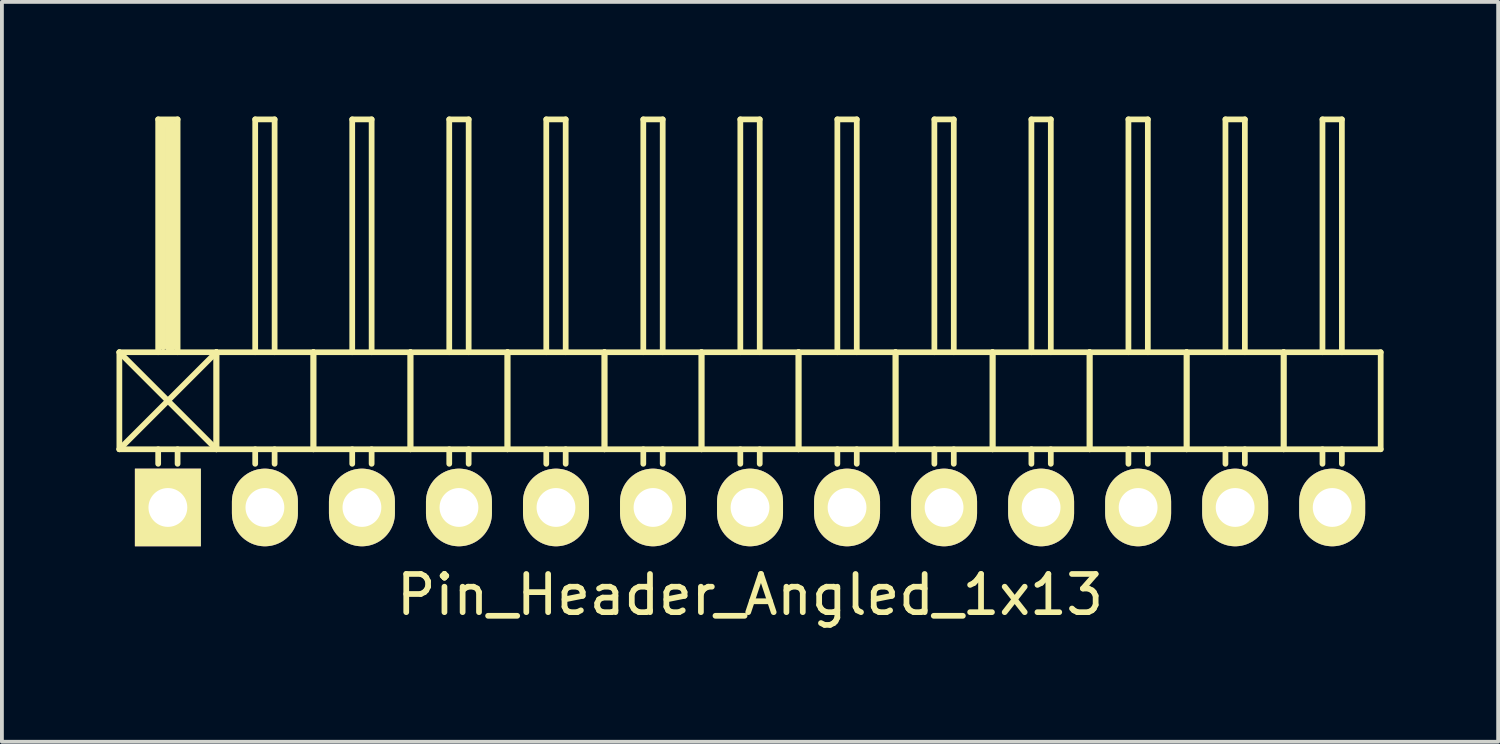
<source format=kicad_pcb>
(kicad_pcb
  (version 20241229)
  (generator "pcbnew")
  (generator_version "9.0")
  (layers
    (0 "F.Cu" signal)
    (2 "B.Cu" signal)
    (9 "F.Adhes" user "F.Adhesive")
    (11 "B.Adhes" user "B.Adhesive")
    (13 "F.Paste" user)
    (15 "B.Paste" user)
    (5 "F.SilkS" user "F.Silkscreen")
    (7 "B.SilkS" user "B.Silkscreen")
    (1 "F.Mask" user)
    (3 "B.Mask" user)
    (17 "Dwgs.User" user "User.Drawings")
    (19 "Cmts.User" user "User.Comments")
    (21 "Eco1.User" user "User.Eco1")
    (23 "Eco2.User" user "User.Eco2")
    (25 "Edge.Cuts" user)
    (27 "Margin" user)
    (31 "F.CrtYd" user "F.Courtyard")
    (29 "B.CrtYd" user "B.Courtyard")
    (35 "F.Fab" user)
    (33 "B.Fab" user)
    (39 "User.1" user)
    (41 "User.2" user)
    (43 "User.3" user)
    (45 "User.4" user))
  (footprint "Pin_Header_Angled_1x13"
    (layer "F.Cu")
    (at 16.585 10.235)
    (property "Reference" "Pin_Header_Angled_1x13" (at 0 2.286 0) (layer "F.SilkS") (effects (font (size 1 1) (thickness 0.15))))
    (attr through_hole)
    (fp_line (start -16.51 -4.064) (end -13.97 -1.524) (stroke (width 0.15) (type solid)) (layer "F.SilkS"))
    (fp_line (start -16.51 -1.524) (end -16.51 -4.064) (stroke (width 0.15) (type solid)) (layer "F.SilkS"))
    (fp_line (start -16.51 -1.524) (end -13.97 -1.524) (stroke (width 0.15) (type solid)) (layer "F.SilkS"))
    (fp_line (start -15.494 -10.16) (end -14.986 -10.16) (stroke (width 0.15) (type solid)) (layer "F.SilkS"))
    (fp_line (start -15.494 -4.064) (end -15.494 -10.16) (stroke (width 0.15) (type solid)) (layer "F.SilkS"))
    (fp_line (start -15.494 -1.524) (end -15.494 -1.143) (stroke (width 0.15) (type solid)) (layer "F.SilkS"))
    (fp_line (start -15.367 -10.033) (end -15.113 -10.033) (stroke (width 0.15) (type solid)) (layer "F.SilkS"))
    (fp_line (start -15.367 -4.191) (end -15.367 -10.033) (stroke (width 0.15) (type solid)) (layer "F.SilkS"))
    (fp_line (start -15.24 -4.191) (end -15.24 -10.033) (stroke (width 0.15) (type solid)) (layer "F.SilkS"))
    (fp_line (start -15.113 -10.033) (end -15.113 -4.191) (stroke (width 0.15) (type solid)) (layer "F.SilkS"))
    (fp_line (start -15.113 -4.191) (end -15.24 -4.191) (stroke (width 0.15) (type solid)) (layer "F.SilkS"))
    (fp_line (start -14.986 -10.16) (end -14.986 -4.064) (stroke (width 0.15) (type solid)) (layer "F.SilkS"))
    (fp_line (start -14.986 -1.524) (end -14.986 -1.143) (stroke (width 0.15) (type solid)) (layer "F.SilkS"))
    (fp_line (start -13.97 -4.064) (end -16.51 -4.064) (stroke (width 0.15) (type solid)) (layer "F.SilkS"))
    (fp_line (start -13.97 -4.064) (end -16.51 -1.524) (stroke (width 0.15) (type solid)) (layer "F.SilkS"))
    (fp_line (start -13.97 -1.524) (end -13.97 -4.064) (stroke (width 0.15) (type solid)) (layer "F.SilkS"))
    (fp_line (start -13.97 -1.524) (end -13.97 -4.064) (stroke (width 0.15) (type solid)) (layer "F.SilkS"))
    (fp_line (start -13.97 -1.524) (end -11.43 -1.524) (stroke (width 0.15) (type solid)) (layer "F.SilkS"))
    (fp_line (start -12.954 -10.16) (end -12.446 -10.16) (stroke (width 0.15) (type solid)) (layer "F.SilkS"))
    (fp_line (start -12.954 -4.064) (end -12.954 -10.16) (stroke (width 0.15) (type solid)) (layer "F.SilkS"))
    (fp_line (start -12.954 -1.524) (end -12.954 -1.143) (stroke (width 0.15) (type solid)) (layer "F.SilkS"))
    (fp_line (start -12.446 -10.16) (end -12.446 -4.064) (stroke (width 0.15) (type solid)) (layer "F.SilkS"))
    (fp_line (start -12.446 -1.524) (end -12.446 -1.143) (stroke (width 0.15) (type solid)) (layer "F.SilkS"))
    (fp_line (start -11.43 -4.064) (end -13.97 -4.064) (stroke (width 0.15) (type solid)) (layer "F.SilkS"))
    (fp_line (start -11.43 -1.524) (end -11.43 -4.064) (stroke (width 0.15) (type solid)) (layer "F.SilkS"))
    (fp_line (start -11.43 -1.524) (end -11.43 -4.064) (stroke (width 0.15) (type solid)) (layer "F.SilkS"))
    (fp_line (start -11.43 -1.524) (end -8.89 -1.524) (stroke (width 0.15) (type solid)) (layer "F.SilkS"))
    (fp_line (start -10.414 -10.16) (end -9.906 -10.16) (stroke (width 0.15) (type solid)) (layer "F.SilkS"))
    (fp_line (start -10.414 -4.064) (end -10.414 -10.16) (stroke (width 0.15) (type solid)) (layer "F.SilkS"))
    (fp_line (start -10.414 -1.524) (end -10.414 -1.143) (stroke (width 0.15) (type solid)) (layer "F.SilkS"))
    (fp_line (start -9.906 -10.16) (end -9.906 -4.064) (stroke (width 0.15) (type solid)) (layer "F.SilkS"))
    (fp_line (start -9.906 -1.524) (end -9.906 -1.143) (stroke (width 0.15) (type solid)) (layer "F.SilkS"))
    (fp_line (start -8.89 -4.064) (end -11.43 -4.064) (stroke (width 0.15) (type solid)) (layer "F.SilkS"))
    (fp_line (start -8.89 -1.524) (end -8.89 -4.064) (stroke (width 0.15) (type solid)) (layer "F.SilkS"))
    (fp_line (start -8.89 -1.524) (end -8.89 -4.064) (stroke (width 0.15) (type solid)) (layer "F.SilkS"))
    (fp_line (start -8.89 -1.524) (end -6.35 -1.524) (stroke (width 0.15) (type solid)) (layer "F.SilkS"))
    (fp_line (start -7.874 -10.16) (end -7.366 -10.16) (stroke (width 0.15) (type solid)) (layer "F.SilkS"))
    (fp_line (start -7.874 -4.064) (end -7.874 -10.16) (stroke (width 0.15) (type solid)) (layer "F.SilkS"))
    (fp_line (start -7.874 -1.524) (end -7.874 -1.143) (stroke (width 0.15) (type solid)) (layer "F.SilkS"))
    (fp_line (start -7.366 -10.16) (end -7.366 -4.064) (stroke (width 0.15) (type solid)) (layer "F.SilkS"))
    (fp_line (start -7.366 -1.524) (end -7.366 -1.143) (stroke (width 0.15) (type solid)) (layer "F.SilkS"))
    (fp_line (start -6.35 -4.064) (end -8.89 -4.064) (stroke (width 0.15) (type solid)) (layer "F.SilkS"))
    (fp_line (start -6.35 -1.524) (end -6.35 -4.064) (stroke (width 0.15) (type solid)) (layer "F.SilkS"))
    (fp_line (start -6.35 -1.524) (end -6.35 -4.064) (stroke (width 0.15) (type solid)) (layer "F.SilkS"))
    (fp_line (start -6.35 -1.524) (end -3.81 -1.524) (stroke (width 0.15) (type solid)) (layer "F.SilkS"))
    (fp_line (start -5.334 -10.16) (end -4.826 -10.16) (stroke (width 0.15) (type solid)) (layer "F.SilkS"))
    (fp_line (start -5.334 -4.064) (end -5.334 -10.16) (stroke (width 0.15) (type solid)) (layer "F.SilkS"))
    (fp_line (start -5.334 -1.524) (end -5.334 -1.143) (stroke (width 0.15) (type solid)) (layer "F.SilkS"))
    (fp_line (start -4.826 -10.16) (end -4.826 -4.064) (stroke (width 0.15) (type solid)) (layer "F.SilkS"))
    (fp_line (start -4.826 -1.524) (end -4.826 -1.143) (stroke (width 0.15) (type solid)) (layer "F.SilkS"))
    (fp_line (start -3.81 -4.064) (end -6.35 -4.064) (stroke (width 0.15) (type solid)) (layer "F.SilkS"))
    (fp_line (start -3.81 -1.524) (end -3.81 -4.064) (stroke (width 0.15) (type solid)) (layer "F.SilkS"))
    (fp_line (start -3.81 -1.524) (end -3.81 -4.064) (stroke (width 0.15) (type solid)) (layer "F.SilkS"))
    (fp_line (start -3.81 -1.524) (end -1.27 -1.524) (stroke (width 0.15) (type solid)) (layer "F.SilkS"))
    (fp_line (start -2.794 -10.16) (end -2.286 -10.16) (stroke (width 0.15) (type solid)) (layer "F.SilkS"))
    (fp_line (start -2.794 -4.064) (end -2.794 -10.16) (stroke (width 0.15) (type solid)) (layer "F.SilkS"))
    (fp_line (start -2.794 -1.524) (end -2.794 -1.143) (stroke (width 0.15) (type solid)) (layer "F.SilkS"))
    (fp_line (start -2.286 -10.16) (end -2.286 -4.064) (stroke (width 0.15) (type solid)) (layer "F.SilkS"))
    (fp_line (start -2.286 -1.524) (end -2.286 -1.143) (stroke (width 0.15) (type solid)) (layer "F.SilkS"))
    (fp_line (start -1.27 -4.064) (end -3.81 -4.064) (stroke (width 0.15) (type solid)) (layer "F.SilkS"))
    (fp_line (start -1.27 -1.524) (end -1.27 -4.064) (stroke (width 0.15) (type solid)) (layer "F.SilkS"))
    (fp_line (start -1.27 -1.524) (end -1.27 -4.064) (stroke (width 0.15) (type solid)) (layer "F.SilkS"))
    (fp_line (start -1.27 -1.524) (end 1.27 -1.524) (stroke (width 0.15) (type solid)) (layer "F.SilkS"))
    (fp_line (start -0.254 -10.16) (end 0.254 -10.16) (stroke (width 0.15) (type solid)) (layer "F.SilkS"))
    (fp_line (start -0.254 -4.064) (end -0.254 -10.16) (stroke (width 0.15) (type solid)) (layer "F.SilkS"))
    (fp_line (start -0.254 -1.524) (end -0.254 -1.143) (stroke (width 0.15) (type solid)) (layer "F.SilkS"))
    (fp_line (start 0.254 -10.16) (end 0.254 -4.064) (stroke (width 0.15) (type solid)) (layer "F.SilkS"))
    (fp_line (start 0.254 -1.524) (end 0.254 -1.143) (stroke (width 0.15) (type solid)) (layer "F.SilkS"))
    (fp_line (start 1.27 -4.064) (end -1.27 -4.064) (stroke (width 0.15) (type solid)) (layer "F.SilkS"))
    (fp_line (start 1.27 -1.524) (end 1.27 -4.064) (stroke (width 0.15) (type solid)) (layer "F.SilkS"))
    (fp_line (start 1.27 -1.524) (end 1.27 -4.064) (stroke (width 0.15) (type solid)) (layer "F.SilkS"))
    (fp_line (start 1.27 -1.524) (end 3.81 -1.524) (stroke (width 0.15) (type solid)) (layer "F.SilkS"))
    (fp_line (start 2.286 -10.16) (end 2.794 -10.16) (stroke (width 0.15) (type solid)) (layer "F.SilkS"))
    (fp_line (start 2.286 -4.064) (end 2.286 -10.16) (stroke (width 0.15) (type solid)) (layer "F.SilkS"))
    (fp_line (start 2.286 -1.524) (end 2.286 -1.143) (stroke (width 0.15) (type solid)) (layer "F.SilkS"))
    (fp_line (start 2.794 -10.16) (end 2.794 -4.064) (stroke (width 0.15) (type solid)) (layer "F.SilkS"))
    (fp_line (start 2.794 -1.524) (end 2.794 -1.143) (stroke (width 0.15) (type solid)) (layer "F.SilkS"))
    (fp_line (start 3.81 -4.064) (end 1.27 -4.064) (stroke (width 0.15) (type solid)) (layer "F.SilkS"))
    (fp_line (start 3.81 -1.524) (end 3.81 -4.064) (stroke (width 0.15) (type solid)) (layer "F.SilkS"))
    (fp_line (start 3.81 -1.524) (end 3.81 -4.064) (stroke (width 0.15) (type solid)) (layer "F.SilkS"))
    (fp_line (start 3.81 -1.524) (end 6.35 -1.524) (stroke (width 0.15) (type solid)) (layer "F.SilkS"))
    (fp_line (start 4.826 -10.16) (end 5.334 -10.16) (stroke (width 0.15) (type solid)) (layer "F.SilkS"))
    (fp_line (start 4.826 -4.064) (end 4.826 -10.16) (stroke (width 0.15) (type solid)) (layer "F.SilkS"))
    (fp_line (start 4.826 -1.524) (end 4.826 -1.143) (stroke (width 0.15) (type solid)) (layer "F.SilkS"))
    (fp_line (start 5.334 -10.16) (end 5.334 -4.064) (stroke (width 0.15) (type solid)) (layer "F.SilkS"))
    (fp_line (start 5.334 -1.524) (end 5.334 -1.143) (stroke (width 0.15) (type solid)) (layer "F.SilkS"))
    (fp_line (start 6.35 -4.064) (end 3.81 -4.064) (stroke (width 0.15) (type solid)) (layer "F.SilkS"))
    (fp_line (start 6.35 -1.524) (end 6.35 -4.064) (stroke (width 0.15) (type solid)) (layer "F.SilkS"))
    (fp_line (start 6.35 -1.524) (end 6.35 -4.064) (stroke (width 0.15) (type solid)) (layer "F.SilkS"))
    (fp_line (start 6.35 -1.524) (end 8.89 -1.524) (stroke (width 0.15) (type solid)) (layer "F.SilkS"))
    (fp_line (start 7.366 -10.16) (end 7.874 -10.16) (stroke (width 0.15) (type solid)) (layer "F.SilkS"))
    (fp_line (start 7.366 -4.064) (end 7.366 -10.16) (stroke (width 0.15) (type solid)) (layer "F.SilkS"))
    (fp_line (start 7.366 -1.524) (end 7.366 -1.143) (stroke (width 0.15) (type solid)) (layer "F.SilkS"))
    (fp_line (start 7.874 -10.16) (end 7.874 -4.064) (stroke (width 0.15) (type solid)) (layer "F.SilkS"))
    (fp_line (start 7.874 -1.524) (end 7.874 -1.143) (stroke (width 0.15) (type solid)) (layer "F.SilkS"))
    (fp_line (start 8.89 -4.064) (end 6.35 -4.064) (stroke (width 0.15) (type solid)) (layer "F.SilkS"))
    (fp_line (start 8.89 -1.524) (end 8.89 -4.064) (stroke (width 0.15) (type solid)) (layer "F.SilkS"))
    (fp_line (start 8.89 -1.524) (end 8.89 -4.064) (stroke (width 0.15) (type solid)) (layer "F.SilkS"))
    (fp_line (start 8.89 -1.524) (end 11.43 -1.524) (stroke (width 0.15) (type solid)) (layer "F.SilkS"))
    (fp_line (start 9.906 -10.16) (end 10.414 -10.16) (stroke (width 0.15) (type solid)) (layer "F.SilkS"))
    (fp_line (start 9.906 -4.064) (end 9.906 -10.16) (stroke (width 0.15) (type solid)) (layer "F.SilkS"))
    (fp_line (start 9.906 -1.524) (end 9.906 -1.143) (stroke (width 0.15) (type solid)) (layer "F.SilkS"))
    (fp_line (start 10.414 -10.16) (end 10.414 -4.064) (stroke (width 0.15) (type solid)) (layer "F.SilkS"))
    (fp_line (start 10.414 -1.524) (end 10.414 -1.143) (stroke (width 0.15) (type solid)) (layer "F.SilkS"))
    (fp_line (start 11.43 -4.064) (end 8.89 -4.064) (stroke (width 0.15) (type solid)) (layer "F.SilkS"))
    (fp_line (start 11.43 -1.524) (end 11.43 -4.064) (stroke (width 0.15) (type solid)) (layer "F.SilkS"))
    (fp_line (start 11.43 -1.524) (end 11.43 -4.064) (stroke (width 0.15) (type solid)) (layer "F.SilkS"))
    (fp_line (start 11.43 -1.524) (end 13.97 -1.524) (stroke (width 0.15) (type solid)) (layer "F.SilkS"))
    (fp_line (start 12.446 -10.16) (end 12.954 -10.16) (stroke (width 0.15) (type solid)) (layer "F.SilkS"))
    (fp_line (start 12.446 -4.064) (end 12.446 -10.16) (stroke (width 0.15) (type solid)) (layer "F.SilkS"))
    (fp_line (start 12.446 -1.524) (end 12.446 -1.143) (stroke (width 0.15) (type solid)) (layer "F.SilkS"))
    (fp_line (start 12.954 -10.16) (end 12.954 -4.064) (stroke (width 0.15) (type solid)) (layer "F.SilkS"))
    (fp_line (start 12.954 -1.524) (end 12.954 -1.143) (stroke (width 0.15) (type solid)) (layer "F.SilkS"))
    (fp_line (start 13.97 -4.064) (end 11.43 -4.064) (stroke (width 0.15) (type solid)) (layer "F.SilkS"))
    (fp_line (start 13.97 -1.524) (end 13.97 -4.064) (stroke (width 0.15) (type solid)) (layer "F.SilkS"))
    (fp_line (start 13.97 -1.524) (end 13.97 -4.064) (stroke (width 0.15) (type solid)) (layer "F.SilkS"))
    (fp_line (start 13.97 -1.524) (end 16.51 -1.524) (stroke (width 0.15) (type solid)) (layer "F.SilkS"))
    (fp_line (start 14.986 -10.16) (end 15.494 -10.16) (stroke (width 0.15) (type solid)) (layer "F.SilkS"))
    (fp_line (start 14.986 -4.064) (end 14.986 -10.16) (stroke (width 0.15) (type solid)) (layer "F.SilkS"))
    (fp_line (start 14.986 -1.524) (end 14.986 -1.143) (stroke (width 0.15) (type solid)) (layer "F.SilkS"))
    (fp_line (start 15.494 -10.16) (end 15.494 -4.064) (stroke (width 0.15) (type solid)) (layer "F.SilkS"))
    (fp_line (start 15.494 -1.524) (end 15.494 -1.143) (stroke (width 0.15) (type solid)) (layer "F.SilkS"))
    (fp_line (start 16.51 -4.064) (end 13.97 -4.064) (stroke (width 0.15) (type solid)) (layer "F.SilkS"))
    (fp_line (start 16.51 -1.524) (end 16.51 -4.064) (stroke (width 0.15) (type solid)) (layer "F.SilkS"))
    (pad "1" thru_hole rect (at -15.24 0) (size 1.727 2.032) (drill 1.016) (layers "*.Cu" "*.Mask" "F.SilkS"))
    (pad "2" thru_hole oval (at -12.7 0) (size 1.727 2.032) (drill 1.016) (layers "*.Cu" "*.Mask" "F.SilkS"))
    (pad "3" thru_hole oval (at -10.16 0) (size 1.727 2.032) (drill 1.016) (layers "*.Cu" "*.Mask" "F.SilkS"))
    (pad "4" thru_hole oval (at -7.62 0) (size 1.727 2.032) (drill 1.016) (layers "*.Cu" "*.Mask" "F.SilkS"))
    (pad "5" thru_hole oval (at -5.08 0) (size 1.727 2.032) (drill 1.016) (layers "*.Cu" "*.Mask" "F.SilkS"))
    (pad "6" thru_hole oval (at -2.54 0) (size 1.727 2.032) (drill 1.016) (layers "*.Cu" "*.Mask" "F.SilkS"))
    (pad "7" thru_hole oval (at 0 0) (size 1.727 2.032) (drill 1.016) (layers "*.Cu" "*.Mask" "F.SilkS"))
    (pad "8" thru_hole oval (at 2.54 0) (size 1.727 2.032) (drill 1.016) (layers "*.Cu" "*.Mask" "F.SilkS"))
    (pad "9" thru_hole oval (at 5.08 0) (size 1.727 2.032) (drill 1.016) (layers "*.Cu" "*.Mask" "F.SilkS"))
    (pad "10" thru_hole oval (at 7.62 0) (size 1.727 2.032) (drill 1.016) (layers "*.Cu" "*.Mask" "F.SilkS"))
    (pad "11" thru_hole oval (at 10.16 0) (size 1.727 2.032) (drill 1.016) (layers "*.Cu" "*.Mask" "F.SilkS"))
    (pad "12" thru_hole oval (at 12.7 0) (size 1.727 2.032) (drill 1.016) (layers "*.Cu" "*.Mask" "F.SilkS"))
    (pad "13" thru_hole oval (at 15.24 0) (size 1.727 2.032) (drill 1.016) (layers "*.Cu" "*.Mask" "F.SilkS")))
  (gr_rect
    (start -3 -3)
    (end 36.17 16.369)
    (stroke (width 0.1) (type default))
    (fill no)
    (layer "Edge.Cuts")))
</source>
